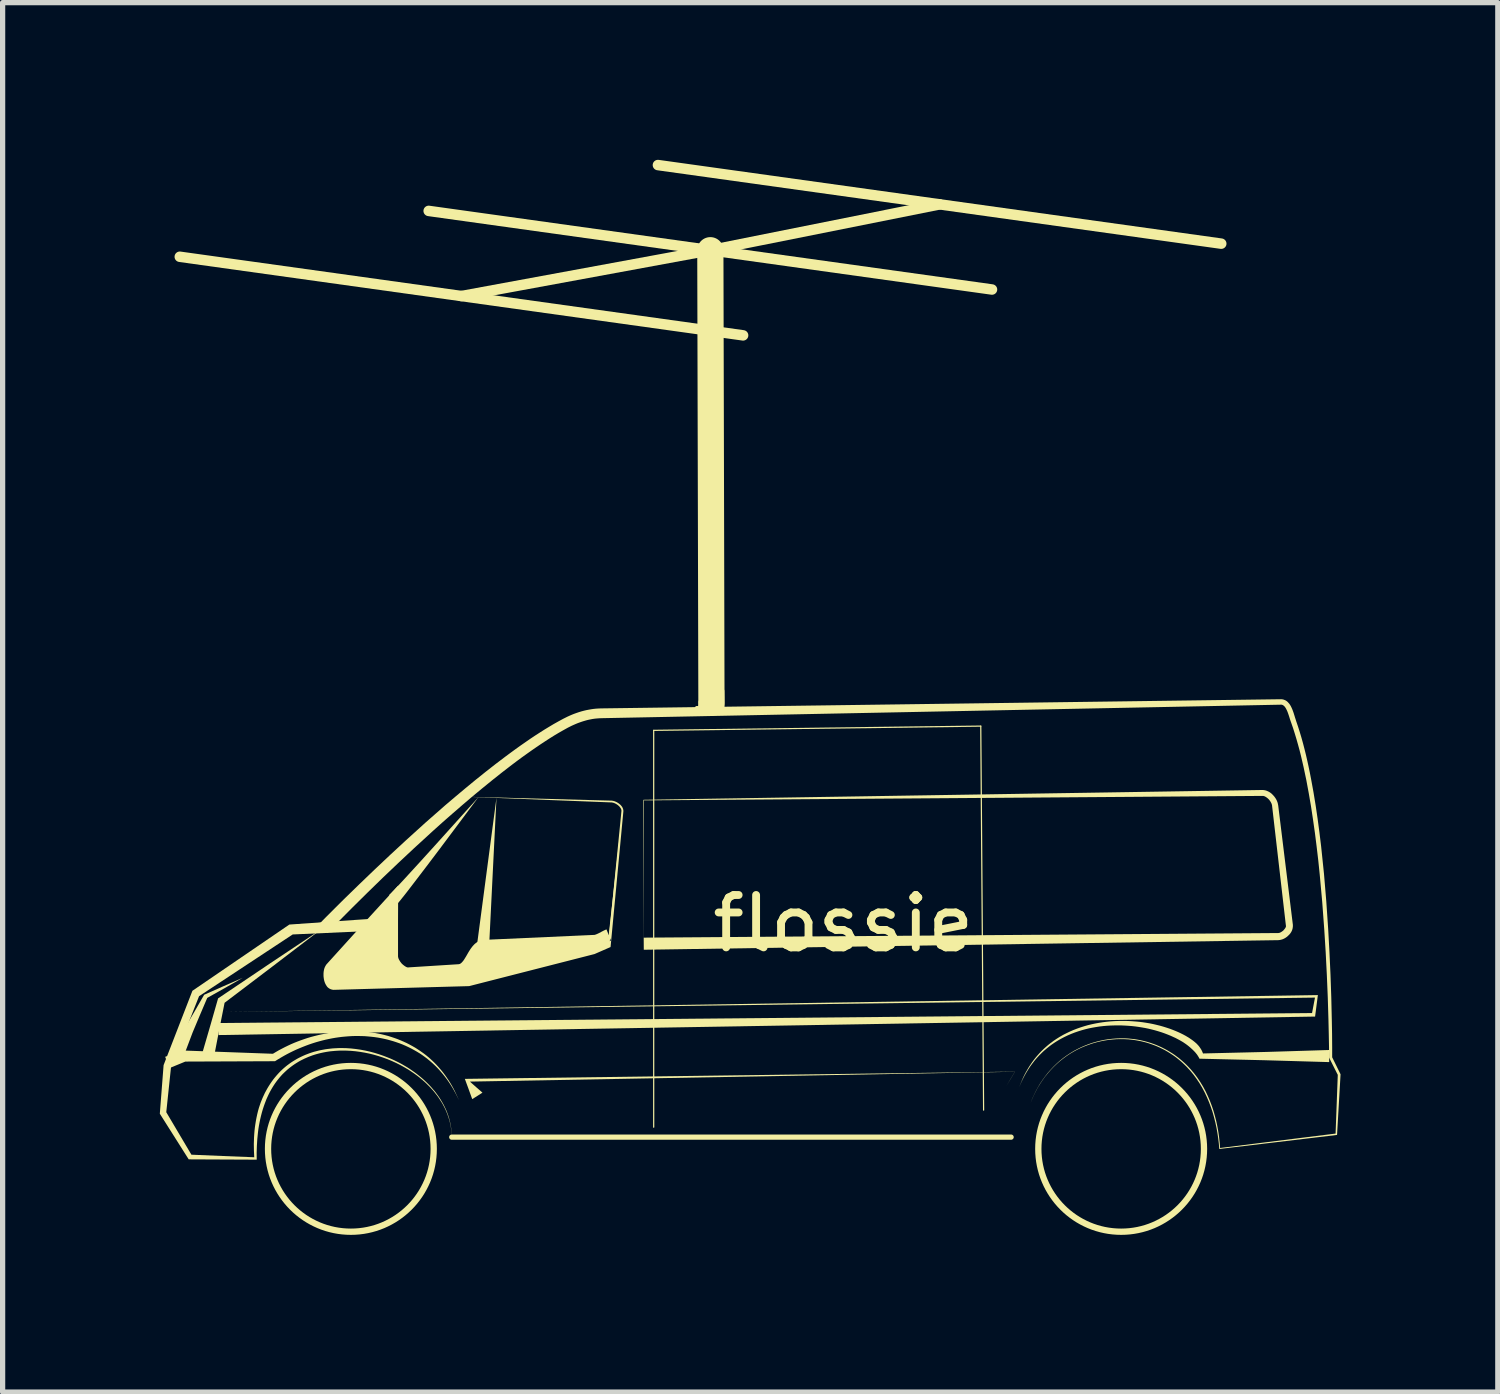
<source format=kicad_pcb>
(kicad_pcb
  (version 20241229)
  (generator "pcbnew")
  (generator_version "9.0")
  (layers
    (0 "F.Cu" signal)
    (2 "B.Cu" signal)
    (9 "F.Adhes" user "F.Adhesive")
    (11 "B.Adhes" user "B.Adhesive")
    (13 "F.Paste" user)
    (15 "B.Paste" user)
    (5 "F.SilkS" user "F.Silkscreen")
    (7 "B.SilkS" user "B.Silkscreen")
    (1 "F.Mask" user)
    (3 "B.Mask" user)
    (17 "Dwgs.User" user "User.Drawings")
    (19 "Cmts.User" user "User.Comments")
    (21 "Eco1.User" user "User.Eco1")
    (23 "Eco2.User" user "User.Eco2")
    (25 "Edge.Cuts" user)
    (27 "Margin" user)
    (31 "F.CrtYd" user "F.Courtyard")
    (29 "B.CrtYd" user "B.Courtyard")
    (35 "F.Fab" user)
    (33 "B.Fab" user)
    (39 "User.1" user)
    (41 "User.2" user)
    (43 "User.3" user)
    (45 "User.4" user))
  (footprint "flossie"
    (layer "F.Cu")
    (at 13.046 15.075)
    (property "Reference" "flossie" (at 0 -0.5 0) (unlocked yes) (layer "F.SilkS") (effects (font (size 1 1) (thickness 0.15))))
    (fp_line (start -7.475 3.576) (end 3.2 3.576) (stroke (width 0.1) (type default)) (layer "F.SilkS"))
    (fp_line (start -3.621 -4.187) (end 2.621 -4.268) (stroke (width 0.023) (type solid)) (layer "F.SilkS"))
    (fp_line (start -3.621 3.386) (end -3.621 -4.187) (stroke (width 0.023) (type solid)) (layer "F.SilkS"))
    (fp_line (start -2.79 -4.6) (end -2.04 -4.55) (stroke (width 0.1) (type default)) (layer "F.SilkS"))
    (fp_line (start -2.708 -4.651) (end -2.707 -4.727) (stroke (width 0.12) (type default)) (layer "F.SilkS"))
    (fp_line (start -2.69 -4.6) (end -2.79 -4.6) (stroke (width 0.1) (type default)) (layer "F.SilkS"))
    (fp_line (start -2.54 -13.35) (end -7.29 -12.475) (stroke (width 0.2) (type default)) (layer "F.SilkS"))
    (fp_line (start -2.54 -13.35) (end 1.835 -14.225) (stroke (width 0.2) (type default)) (layer "F.SilkS"))
    (fp_line (start -2.519 -4.717) (end -2.54 -13.35) (stroke (width 0.5) (type default)) (layer "F.SilkS"))
    (fp_line (start -2.333 -4.94) (end -2.328 -4.567) (stroke (width 0.12) (type default)) (layer "F.SilkS"))
    (fp_line (start -2.328 -4.567) (end -2.708 -4.651) (stroke (width 0.12) (type default)) (layer "F.SilkS"))
    (fp_line (start -1.915 -11.725) (end -12.665 -13.225) (stroke (width 0.2) (type default)) (layer "F.SilkS"))
    (fp_line (start 2.621 -4.268) (end 2.675 3.06) (stroke (width 0.023) (type solid)) (layer "F.SilkS"))
    (fp_line (start 2.835 -12.6) (end -7.915 -14.1) (stroke (width 0.2) (type default)) (layer "F.SilkS"))
    (fp_line (start 7.21 -13.475) (end -3.54 -14.975) (stroke (width 0.2) (type default)) (layer "F.SilkS"))
    (fp_circle (center -9.4 3.8) (end -7.819 3.8) (stroke (width 0.12) (type default)) (fill no) (layer "F.SilkS"))
    (fp_circle (center 5.3 3.8) (end 6.881 3.8) (stroke (width 0.12) (type default)) (fill no) (layer "F.SilkS"))
    (fp_poly (pts (xy -12.228 1.947) (xy -12.228 1.947) (xy -12.228 1.947)) (stroke (width 0) (type solid)) (fill yes) (layer "F.SilkS"))
    (fp_poly (pts (xy -9.041 -0.358) (xy -9.041 -0.358) (xy -9.041 -0.358)) (stroke (width 0) (type solid)) (fill yes) (layer "F.SilkS"))
    (fp_poly (pts (xy -6.761 -0.086) (xy -6.991 -0.107) (xy -6.621 -2.903)) (stroke (width 0) (type solid)) (fill yes) (layer "F.SilkS"))
    (fp_poly (pts (xy -3.811 -0.12) (xy -3.813 -0.231) (xy -3.812 -0.231)) (stroke (width 0) (type solid)) (fill yes) (layer "F.SilkS"))
    (fp_poly (pts (xy -3.811 -0.119) (xy -3.811 -0.115) (xy -3.811 -0.12)) (stroke (width 0) (type solid)) (fill yes) (layer "F.SilkS"))
    (fp_poly (pts (xy -12.819 1.982) (xy -12.819 1.982) (xy -12.819 1.982) (xy -12.819 1.982)) (stroke (width 0) (type solid)) (fill yes) (layer "F.SilkS"))
    (fp_poly (pts (xy -3.813 -0.231) (xy -3.813 -0.231) (xy -3.813 -0.231) (xy -3.813 -0.231) (xy -3.813 -0.231)) (stroke (width 0) (type solid)) (fill yes) (layer "F.SilkS"))
    (fp_poly (pts (xy -12.819 1.982) (xy -12.819 1.982) (xy -12.819 1.982) (xy -12.819 1.982) (xy -12.819 1.982) (xy -12.819 1.982) (xy -12.819 1.982) (xy -12.819 1.982)) (stroke (width 0) (type solid)) (fill yes) (layer "F.SilkS"))
    (fp_poly (pts (xy -10.895 0.318) (xy -11.81 1.012) (xy -11.909 1.509) (xy -12.004 2.002) (xy -12.228 1.947) (xy -12.079 1.435) (xy -11.934 0.928) (xy -10.949 0.265) (xy -9.972 -0.387)) (stroke (width 0) (type solid)) (fill yes) (layer "F.SilkS"))
    (fp_poly (pts (xy 9.27 2.144) (xy 9.27 2.144) (xy 9.27 2.144) (xy 9.27 2.144) (xy 9.27 2.144) (xy 9.27 2.144) (xy 9.27 2.144) (xy 9.27 2.144) (xy 9.27 2.144)) (stroke (width 0) (type solid)) (fill yes) (layer "F.SilkS"))
    (fp_poly (pts (xy -11.805 0.73) (xy -12.141 0.919) (xy -12.282 1.25) (xy -12.419 1.576) (xy -12.608 2.076) (xy -12.819 1.982) (xy -12.573 1.503) (xy -12.384 1.179) (xy -12.2 0.859) (xy -11.83 0.695) (xy -11.465 0.536)) (stroke (width 0) (type solid)) (fill yes) (layer "F.SilkS"))
    (fp_poly (pts (xy -8.671 -1.045) (xy -8.671 -1.045) (xy -8.671 -1.045) (xy -8.671 -1.045) (xy -8.671 -1.045) (xy -8.671 -1.045) (xy -8.671 -1.045) (xy -8.671 -1.044) (xy -8.672 -1.043) (xy -8.673 -1.042) (xy -8.674 -1.041) (xy -8.671 -1.045)) (stroke (width 0) (type solid)) (fill yes) (layer "F.SilkS"))
    (fp_poly (pts (xy 9.054 0.865) (xy 9.001 1.275) (xy 9.001 1.275) (xy -11.925 1.628) (xy -11.928 1.398) (xy -11.928 1.398) (xy -11.928 1.398) (xy -11.927 1.398) (xy 8.943 1.208) (xy 8.999 0.913) (xy -11.845 1.187) (xy 9.054 0.865)) (stroke (width 0) (type solid)) (fill yes) (layer "F.SilkS"))
    (fp_poly (pts (xy 3.192 2.463) (xy 3.11 2.599) (xy 3.19 2.463) (xy 3.271 2.328) (xy -7.129 2.516) (xy -7.129 2.516) (xy -7.069 2.569) (xy -7.009 2.622) (xy -6.949 2.674) (xy -6.889 2.727) (xy -7.084 2.851) (xy -7.084 2.851) (xy -7.084 2.851) (xy -7.084 2.851) (xy -7.084 2.851) (xy -7.084 2.851) (xy -7.084 2.851) (xy -7.084 2.851) (xy -7.084 2.851) (xy -7.084 2.851) (xy -7.084 2.851) (xy -7.084 2.851) (xy -7.154 2.657) (xy -7.225 2.464) (xy -7.225 2.464) (xy 3.274 2.326)) (stroke (width 0) (type solid)) (fill yes) (layer "F.SilkS"))
    (fp_poly (pts (xy -7.707 -1.921) (xy -7.971 -1.572) (xy -8.236 -1.225) (xy -8.329 -1.104) (xy -8.376 -1.044) (xy -8.424 -0.984) (xy -8.439 -0.965) (xy -8.454 -0.946) (xy -8.47 -0.927) (xy -8.486 -0.908) (xy -8.491 -0.902) (xy -8.496 -0.896) (xy -8.502 -0.889) (xy -8.508 -0.883) (xy -8.51 -0.881) (xy -8.512 -0.879) (xy -8.514 -0.877) (xy -8.517 -0.874) (xy -8.52 -0.871) (xy -8.524 -0.867) (xy -8.528 -0.864) (xy -8.533 -0.86) (xy -8.671 -1.044) (xy -8.67 -1.045) (xy -8.668 -1.047) (xy -8.666 -1.049) (xy -8.662 -1.053) (xy -8.657 -1.057) (xy -8.652 -1.062) (xy -8.636 -1.078) (xy -8.62 -1.094) (xy -8.604 -1.111) (xy -8.588 -1.127) (xy -8.588 -1.127) (xy -8.536 -1.182) (xy -8.484 -1.237) (xy -8.381 -1.348) (xy -8.087 -1.669) (xy -7.794 -1.992) (xy -6.966 -2.911)) (stroke (width 0) (type solid)) (fill yes) (layer "F.SilkS"))
    (fp_poly (pts (xy -4.218 -2.64) (xy -4.218 -2.64) (xy -4.467 -0.07) (xy -4.761 0.047) (xy -7.149 0.645) (xy -9.728 0.699) (xy -9.739 0.698) (xy -9.751 0.696) (xy -9.761 0.692) (xy -9.772 0.687) (xy -9.781 0.681) (xy -9.79 0.673) (xy -9.799 0.664) (xy -9.807 0.654) (xy -9.814 0.644) (xy -9.821 0.632) (xy -9.827 0.619) (xy -9.832 0.606) (xy -9.842 0.577) (xy -9.848 0.547) (xy -9.853 0.515) (xy -9.854 0.483) (xy -9.854 0.451) (xy -9.85 0.42) (xy -9.844 0.391) (xy -9.84 0.377) (xy -9.835 0.364) (xy -9.83 0.351) (xy -9.823 0.34) (xy -9.817 0.329) (xy -9.809 0.319) (xy -8.506 -1.201) (xy -8.588 0.102) (xy -8.588 0.116) (xy -8.587 0.13) (xy -8.586 0.144) (xy -8.584 0.158) (xy -8.58 0.173) (xy -8.576 0.187) (xy -8.571 0.201) (xy -8.566 0.216) (xy -8.559 0.23) (xy -8.552 0.244) (xy -8.545 0.258) (xy -8.536 0.271) (xy -8.527 0.285) (xy -8.518 0.298) (xy -8.508 0.31) (xy -8.497 0.323) (xy -8.486 0.334) (xy -8.475 0.346) (xy -8.463 0.356) (xy -8.451 0.367) (xy -8.439 0.376) (xy -8.426 0.385) (xy -8.413 0.393) (xy -8.4 0.4) (xy -8.386 0.407) (xy -8.373 0.413) (xy -8.359 0.418) (xy -8.345 0.422) (xy -8.331 0.425) (xy -8.317 0.426) (xy -8.304 0.427) (xy -8.29 0.427) (xy -7.339 0.373) (xy -7.319 0.371) (xy -7.3 0.366) (xy -7.281 0.359) (xy -7.263 0.35) (xy -7.247 0.339) (xy -7.231 0.326) (xy -7.215 0.312) (xy -7.2 0.297) (xy -7.186 0.28) (xy -7.172 0.262) (xy -7.146 0.224) (xy -7.12 0.183) (xy -7.095 0.141) (xy -7.07 0.099) (xy -7.045 0.058) (xy -7.018 0.02) (xy -7.005 0.002) (xy -6.99 -0.015) (xy -6.976 -0.03) (xy -6.96 -0.044) (xy -6.944 -0.056) (xy -6.927 -0.067) (xy -6.909 -0.076) (xy -6.891 -0.082) (xy -6.871 -0.087) (xy -6.851 -0.089) (xy -4.761 -0.17) (xy -4.751 -0.17) (xy -4.742 -0.171) (xy -4.724 -0.174) (xy -4.705 -0.178) (xy -4.687 -0.184) (xy -4.67 -0.19) (xy -4.652 -0.197) (xy -4.635 -0.205) (xy -4.617 -0.213) (xy -4.583 -0.231) (xy -4.549 -0.249) (xy -4.514 -0.267) (xy -4.497 -0.275) (xy -4.479 -0.282) (xy -4.218 -2.64)) (stroke (width 0) (type solid)) (fill yes) (layer "F.SilkS"))
    (fp_poly (pts (xy -9.324 1.553) (xy -9.259 1.555) (xy -9.194 1.558) (xy -9.129 1.564) (xy -9.065 1.57) (xy -9.001 1.579) (xy -8.937 1.589) (xy -8.873 1.601) (xy -8.811 1.614) (xy -8.75 1.629) (xy -8.689 1.645) (xy -8.629 1.664) (xy -8.569 1.684) (xy -8.51 1.705) (xy -8.451 1.729) (xy -8.393 1.754) (xy -8.336 1.78) (xy -8.28 1.809) (xy -8.225 1.839) (xy -8.171 1.87) (xy -8.118 1.904) (xy -8.066 1.939) (xy -8.015 1.975) (xy -7.965 2.013) (xy -7.913 2.056) (xy -7.863 2.101) (xy -7.814 2.147) (xy -7.767 2.195) (xy -7.722 2.245) (xy -7.678 2.296) (xy -7.636 2.348) (xy -7.596 2.402) (xy -7.558 2.457) (xy -7.521 2.513) (xy -7.486 2.57) (xy -7.453 2.628) (xy -7.422 2.687) (xy -7.393 2.748) (xy -7.365 2.808) (xy -7.339 2.87) (xy -7.367 2.809) (xy -7.397 2.75) (xy -7.429 2.691) (xy -7.462 2.633) (xy -7.497 2.577) (xy -7.534 2.521) (xy -7.572 2.467) (xy -7.612 2.414) (xy -7.654 2.362) (xy -7.697 2.312) (xy -7.742 2.263) (xy -7.788 2.216) (xy -7.836 2.171) (xy -7.886 2.127) (xy -7.937 2.085) (xy -7.989 2.045) (xy -8.039 2.009) (xy -8.09 1.975) (xy -8.143 1.943) (xy -8.196 1.913) (xy -8.25 1.884) (xy -8.304 1.857) (xy -8.36 1.831) (xy -8.416 1.807) (xy -8.473 1.785) (xy -8.531 1.765) (xy -8.589 1.746) (xy -8.648 1.729) (xy -8.707 1.713) (xy -8.767 1.699) (xy -8.826 1.687) (xy -8.887 1.676) (xy -8.949 1.667) (xy -9.011 1.66) (xy -9.073 1.654) (xy -9.136 1.649) (xy -9.198 1.647) (xy -9.261 1.646) (xy -9.324 1.646) (xy -9.386 1.648) (xy -9.449 1.652) (xy -9.511 1.657) (xy -9.574 1.663) (xy -9.636 1.671) (xy -9.698 1.68) (xy -9.76 1.691) (xy -9.821 1.703) (xy -9.882 1.716) (xy -9.946 1.732) (xy -10.01 1.749) (xy -10.073 1.767) (xy -10.136 1.787) (xy -10.198 1.808) (xy -10.26 1.831) (xy -10.321 1.855) (xy -10.382 1.88) (xy -10.443 1.906) (xy -10.503 1.934) (xy -10.562 1.963) (xy -10.62 1.993) (xy -10.678 2.025) (xy -10.735 2.058) (xy -10.792 2.092) (xy -10.848 2.127) (xy -10.848 2.127) (xy -12.559 2.134) (xy -12.863 2.259) (xy -12.944 2.043) (xy -12.944 2.043) (xy -12.596 1.923) (xy -10.888 1.985) (xy -10.831 1.951) (xy -10.774 1.918) (xy -10.715 1.887) (xy -10.657 1.857) (xy -10.597 1.828) (xy -10.537 1.8) (xy -10.476 1.774) (xy -10.415 1.75) (xy -10.353 1.727) (xy -10.29 1.705) (xy -10.227 1.684) (xy -10.164 1.665) (xy -10.1 1.648) (xy -10.036 1.632) (xy -9.971 1.617) (xy -9.906 1.604) (xy -9.842 1.592) (xy -9.778 1.582) (xy -9.713 1.574) (xy -9.648 1.566) (xy -9.584 1.561) (xy -9.519 1.556) (xy -9.454 1.554) (xy -9.389 1.552)) (stroke (width 0) (type solid)) (fill yes) (layer "F.SilkS"))
    (fp_poly (pts (xy 8.01 -3.048) (xy 8.025 -3.047) (xy 8.04 -3.044) (xy 8.054 -3.041) (xy 8.068 -3.037) (xy 8.082 -3.032) (xy 8.095 -3.026) (xy 8.108 -3.02) (xy 8.121 -3.014) (xy 8.133 -3.006) (xy 8.145 -2.999) (xy 8.156 -2.99) (xy 8.167 -2.982) (xy 8.177 -2.973) (xy 8.187 -2.963) (xy 8.196 -2.953) (xy 8.206 -2.943) (xy 8.215 -2.933) (xy 8.224 -2.922) (xy 8.232 -2.911) (xy 8.24 -2.9) (xy 8.248 -2.888) (xy 8.255 -2.876) (xy 8.262 -2.864) (xy 8.268 -2.851) (xy 8.274 -2.838) (xy 8.279 -2.825) (xy 8.284 -2.812) (xy 8.288 -2.798) (xy 8.291 -2.784) (xy 8.294 -2.769) (xy 8.297 -2.755) (xy 8.577 -0.476) (xy 8.577 -0.476) (xy 8.577 -0.468) (xy 8.577 -0.46) (xy 8.577 -0.452) (xy 8.577 -0.445) (xy 8.576 -0.437) (xy 8.575 -0.429) (xy 8.573 -0.414) (xy 8.57 -0.4) (xy 8.566 -0.386) (xy 8.561 -0.372) (xy 8.556 -0.359) (xy 8.549 -0.346) (xy 8.543 -0.334) (xy 8.535 -0.323) (xy 8.528 -0.312) (xy 8.519 -0.301) (xy 8.51 -0.291) (xy 8.501 -0.282) (xy 8.492 -0.273) (xy 8.492 -0.273) (xy 8.482 -0.264) (xy 8.473 -0.255) (xy 8.463 -0.247) (xy 8.452 -0.239) (xy 8.441 -0.231) (xy 8.429 -0.224) (xy 8.418 -0.217) (xy 8.405 -0.211) (xy 8.393 -0.205) (xy 8.38 -0.2) (xy 8.366 -0.195) (xy 8.352 -0.192) (xy 8.338 -0.188) (xy 8.324 -0.186) (xy 8.309 -0.184) (xy 8.294 -0.183) (xy -3.81 0) (xy -3.811 -0.119) (xy -3.811 -0.231) (xy 8.293 -0.319) (xy 8.296 -0.319) (xy 8.299 -0.319) (xy 8.305 -0.32) (xy 8.312 -0.321) (xy 8.318 -0.322) (xy 8.325 -0.324) (xy 8.331 -0.327) (xy 8.338 -0.33) (xy 8.345 -0.333) (xy 8.351 -0.337) (xy 8.358 -0.341) (xy 8.365 -0.345) (xy 8.372 -0.35) (xy 8.378 -0.355) (xy 8.385 -0.36) (xy 8.391 -0.365) (xy 8.398 -0.371) (xy 8.408 -0.383) (xy 8.413 -0.389) (xy 8.418 -0.395) (xy 8.423 -0.401) (xy 8.427 -0.407) (xy 8.431 -0.413) (xy 8.434 -0.419) (xy 8.438 -0.424) (xy 8.44 -0.43) (xy 8.442 -0.435) (xy 8.443 -0.438) (xy 8.444 -0.441) (xy 8.445 -0.443) (xy 8.445 -0.446) (xy 8.445 -0.448) (xy 8.445 -0.451) (xy 8.445 -0.453) (xy 8.445 -0.456) (xy 8.445 -0.458) (xy 8.444 -0.46) (xy 8.181 -2.741) (xy 8.181 -2.741) (xy 8.18 -2.75) (xy 8.179 -2.759) (xy 8.177 -2.767) (xy 8.174 -2.776) (xy 8.171 -2.785) (xy 8.168 -2.793) (xy 8.164 -2.802) (xy 8.159 -2.81) (xy 8.155 -2.819) (xy 8.15 -2.827) (xy 8.144 -2.835) (xy 8.139 -2.843) (xy 8.133 -2.851) (xy 8.127 -2.859) (xy 8.12 -2.866) (xy 8.114 -2.874) (xy 8.107 -2.88) (xy 8.1 -2.887) (xy 8.092 -2.893) (xy 8.085 -2.899) (xy 8.078 -2.904) (xy 8.07 -2.91) (xy 8.063 -2.915) (xy 8.055 -2.919) (xy 8.048 -2.923) (xy 8.04 -2.927) (xy 8.033 -2.93) (xy 8.025 -2.932) (xy 8.018 -2.934) (xy 8.014 -2.935) (xy 8.01 -2.935) (xy 8.006 -2.936) (xy 8.003 -2.936) (xy 7.999 -2.936) (xy 7.995 -2.936) (xy -3.806 -2.851) (xy -3.806 -2.851) (xy -3.811 -0.231) (xy -3.812 -0.231) (xy -3.817 -2.862) (xy -3.817 -2.862) (xy 7.994 -3.049)) (stroke (width 0) (type solid)) (fill yes) (layer "F.SilkS"))
    (fp_poly (pts (xy 5.376 1.358) (xy 5.442 1.36) (xy 5.509 1.364) (xy 5.576 1.369) (xy 5.642 1.375) (xy 5.708 1.383) (xy 5.774 1.393) (xy 5.84 1.404) (xy 5.906 1.417) (xy 5.971 1.432) (xy 6.036 1.448) (xy 6.1 1.466) (xy 6.164 1.486) (xy 6.228 1.507) (xy 6.291 1.531) (xy 6.341 1.551) (xy 6.39 1.572) (xy 6.439 1.595) (xy 6.487 1.619) (xy 6.535 1.645) (xy 6.558 1.659) (xy 6.582 1.673) (xy 6.605 1.688) (xy 6.627 1.703) (xy 6.65 1.719) (xy 6.672 1.735) (xy 6.687 1.747) (xy 6.701 1.758) (xy 6.716 1.771) (xy 6.73 1.783) (xy 6.744 1.796) (xy 6.757 1.81) (xy 6.77 1.824) (xy 6.783 1.839) (xy 6.795 1.855) (xy 6.806 1.871) (xy 6.817 1.887) (xy 6.828 1.904) (xy 6.837 1.922) (xy 6.846 1.94) (xy 6.854 1.959) (xy 6.862 1.979) (xy 8.071 1.95) (xy 9.27 1.913) (xy 9.27 2.144) (xy 8.027 2.108) (xy 6.794 2.079) (xy 6.786 2.062) (xy 6.777 2.046) (xy 6.767 2.03) (xy 6.757 2.014) (xy 6.746 1.998) (xy 6.734 1.983) (xy 6.722 1.968) (xy 6.709 1.953) (xy 6.695 1.938) (xy 6.681 1.924) (xy 6.667 1.91) (xy 6.652 1.896) (xy 6.636 1.882) (xy 6.621 1.868) (xy 6.589 1.841) (xy 6.57 1.826) (xy 6.55 1.811) (xy 6.531 1.797) (xy 6.51 1.783) (xy 6.49 1.769) (xy 6.469 1.756) (xy 6.426 1.731) (xy 6.382 1.707) (xy 6.338 1.684) (xy 6.292 1.663) (xy 6.246 1.642) (xy 6.187 1.618) (xy 6.127 1.595) (xy 6.067 1.574) (xy 6.006 1.555) (xy 5.944 1.537) (xy 5.882 1.521) (xy 5.82 1.506) (xy 5.757 1.493) (xy 5.693 1.482) (xy 5.63 1.472) (xy 5.566 1.463) (xy 5.502 1.456) (xy 5.437 1.451) (xy 5.373 1.447) (xy 5.308 1.444) (xy 5.244 1.443) (xy 5.173 1.444) (xy 5.102 1.446) (xy 5.032 1.45) (xy 4.961 1.456) (xy 4.891 1.464) (xy 4.82 1.475) (xy 4.751 1.487) (xy 4.681 1.501) (xy 4.612 1.518) (xy 4.544 1.537) (xy 4.477 1.558) (xy 4.41 1.581) (xy 4.344 1.607) (xy 4.279 1.635) (xy 4.216 1.665) (xy 4.153 1.698) (xy 4.121 1.716) (xy 4.089 1.735) (xy 4.058 1.754) (xy 4.027 1.774) (xy 3.996 1.795) (xy 3.966 1.816) (xy 3.937 1.838) (xy 3.908 1.861) (xy 3.879 1.884) (xy 3.851 1.908) (xy 3.823 1.932) (xy 3.796 1.957) (xy 3.77 1.983) (xy 3.743 2.009) (xy 3.718 2.036) (xy 3.693 2.063) (xy 3.666 2.094) (xy 3.64 2.126) (xy 3.615 2.159) (xy 3.59 2.192) (xy 3.566 2.225) (xy 3.543 2.259) (xy 3.521 2.294) (xy 3.499 2.329) (xy 3.478 2.365) (xy 3.458 2.401) (xy 3.439 2.437) (xy 3.42 2.474) (xy 3.402 2.512) (xy 3.385 2.549) (xy 3.369 2.587) (xy 3.354 2.626) (xy 3.368 2.587) (xy 3.383 2.548) (xy 3.399 2.51) (xy 3.415 2.472) (xy 3.432 2.434) (xy 3.45 2.397) (xy 3.469 2.36) (xy 3.489 2.323) (xy 3.51 2.287) (xy 3.531 2.251) (xy 3.553 2.216) (xy 3.576 2.182) (xy 3.6 2.147) (xy 3.624 2.114) (xy 3.649 2.081) (xy 3.676 2.048) (xy 3.7 2.02) (xy 3.725 1.992) (xy 3.75 1.964) (xy 3.776 1.937) (xy 3.803 1.911) (xy 3.83 1.885) (xy 3.858 1.86) (xy 3.886 1.835) (xy 3.915 1.811) (xy 3.945 1.787) (xy 3.975 1.765) (xy 4.005 1.742) (xy 4.036 1.721) (xy 4.067 1.7) (xy 4.099 1.68) (xy 4.131 1.66) (xy 4.194 1.624) (xy 4.259 1.591) (xy 4.324 1.56) (xy 4.391 1.531) (xy 4.458 1.505) (xy 4.527 1.481) (xy 4.596 1.459) (xy 4.666 1.439) (xy 4.737 1.422) (xy 4.808 1.407) (xy 4.88 1.394) (xy 4.952 1.383) (xy 5.025 1.374) (xy 5.097 1.367) (xy 5.17 1.362) (xy 5.243 1.359) (xy 5.309 1.358)) (stroke (width 0) (type solid)) (fill yes) (layer "F.SilkS"))
    (fp_poly (pts (xy -9.041 -0.358) (xy -10.51 -0.292) (xy -12.297 0.886) (xy -12.832 2.236) (xy -12.923 3.1) (xy -12.443 3.911) (xy -11.846 3.936) (xy -11.244 3.96) (xy -11.25 3.834) (xy -11.252 3.707) (xy -11.25 3.644) (xy -11.248 3.581) (xy -11.244 3.518) (xy -11.239 3.455) (xy -11.232 3.392) (xy -11.223 3.329) (xy -11.213 3.267) (xy -11.201 3.204) (xy -11.188 3.143) (xy -11.173 3.081) (xy -11.156 3.02) (xy -11.136 2.96) (xy -11.12 2.913) (xy -11.101 2.866) (xy -11.082 2.82) (xy -11.061 2.775) (xy -11.04 2.73) (xy -11.016 2.686) (xy -10.992 2.643) (xy -10.966 2.6) (xy -10.939 2.558) (xy -10.911 2.517) (xy -10.882 2.477) (xy -10.851 2.438) (xy -10.819 2.4) (xy -10.786 2.363) (xy -10.752 2.327) (xy -10.716 2.292) (xy -10.683 2.262) (xy -10.649 2.233) (xy -10.614 2.205) (xy -10.579 2.179) (xy -10.543 2.153) (xy -10.506 2.129) (xy -10.468 2.106) (xy -10.429 2.083) (xy -10.39 2.062) (xy -10.351 2.043) (xy -10.311 2.024) (xy -10.27 2.006) (xy -10.229 1.99) (xy -10.187 1.974) (xy -10.145 1.96) (xy -10.103 1.947) (xy -10.06 1.936) (xy -10.017 1.925) (xy -9.973 1.915) (xy -9.929 1.907) (xy -9.885 1.899) (xy -9.841 1.893) (xy -9.797 1.888) (xy -9.753 1.883) (xy -9.708 1.88) (xy -9.664 1.878) (xy -9.619 1.876) (xy -9.575 1.876) (xy -9.486 1.878) (xy -9.397 1.884) (xy -9.306 1.894) (xy -9.216 1.907) (xy -9.126 1.924) (xy -9.037 1.944) (xy -8.948 1.968) (xy -8.861 1.995) (xy -8.775 2.025) (xy -8.69 2.058) (xy -8.69 2.058) (xy -8.648 2.075) (xy -8.607 2.093) (xy -8.566 2.112) (xy -8.525 2.132) (xy -8.485 2.152) (xy -8.445 2.173) (xy -8.406 2.195) (xy -8.367 2.218) (xy -8.328 2.241) (xy -8.29 2.265) (xy -8.253 2.29) (xy -8.216 2.316) (xy -8.179 2.342) (xy -8.143 2.369) (xy -8.108 2.397) (xy -8.073 2.425) (xy -8.04 2.453) (xy -8.008 2.481) (xy -7.977 2.51) (xy -7.946 2.54) (xy -7.916 2.57) (xy -7.886 2.601) (xy -7.858 2.632) (xy -7.83 2.665) (xy -7.802 2.697) (xy -7.776 2.731) (xy -7.751 2.765) (xy -7.726 2.8) (xy -7.702 2.835) (xy -7.68 2.871) (xy -7.658 2.908) (xy -7.637 2.945) (xy -7.618 2.982) (xy -7.6 3.019) (xy -7.583 3.056) (xy -7.567 3.094) (xy -7.553 3.133) (xy -7.539 3.172) (xy -7.527 3.211) (xy -7.516 3.251) (xy -7.507 3.291) (xy -7.498 3.331) (xy -7.491 3.371) (xy -7.485 3.412) (xy -7.48 3.453) (xy -7.477 3.494) (xy -7.476 3.535) (xy -7.475 3.576) (xy -7.476 3.535) (xy -7.479 3.494) (xy -7.482 3.453) (xy -7.488 3.412) (xy -7.494 3.372) (xy -7.502 3.332) (xy -7.511 3.292) (xy -7.521 3.252) (xy -7.533 3.213) (xy -7.546 3.174) (xy -7.56 3.135) (xy -7.575 3.097) (xy -7.591 3.06) (xy -7.608 3.023) (xy -7.627 2.986) (xy -7.646 2.95) (xy -7.667 2.914) (xy -7.69 2.878) (xy -7.713 2.842) (xy -7.737 2.807) (xy -7.762 2.773) (xy -7.788 2.74) (xy -7.814 2.707) (xy -7.842 2.675) (xy -7.87 2.644) (xy -7.899 2.613) (xy -7.929 2.583) (xy -7.959 2.553) (xy -7.99 2.524) (xy -8.022 2.496) (xy -8.054 2.469) (xy -8.086 2.442) (xy -8.121 2.414) (xy -8.157 2.387) (xy -8.193 2.361) (xy -8.23 2.336) (xy -8.267 2.311) (xy -8.304 2.287) (xy -8.381 2.242) (xy -8.459 2.199) (xy -8.539 2.159) (xy -8.62 2.122) (xy -8.702 2.088) (xy -8.702 2.088) (xy -8.787 2.057) (xy -8.872 2.029) (xy -8.958 2.004) (xy -9.046 1.982) (xy -9.134 1.964) (xy -9.222 1.949) (xy -9.311 1.937) (xy -9.4 1.929) (xy -9.4 1.929) (xy -9.487 1.925) (xy -9.574 1.924) (xy -9.618 1.925) (xy -9.661 1.927) (xy -9.705 1.93) (xy -9.748 1.934) (xy -9.791 1.938) (xy -9.834 1.944) (xy -9.877 1.951) (xy -9.919 1.959) (xy -9.962 1.968) (xy -10.004 1.978) (xy -10.046 1.989) (xy -10.087 2.001) (xy -10.128 2.014) (xy -10.168 2.029) (xy -10.208 2.044) (xy -10.247 2.061) (xy -10.286 2.078) (xy -10.324 2.097) (xy -10.362 2.116) (xy -10.399 2.137) (xy -10.435 2.159) (xy -10.471 2.182) (xy -10.506 2.206) (xy -10.54 2.231) (xy -10.574 2.257) (xy -10.607 2.284) (xy -10.638 2.312) (xy -10.669 2.341) (xy -10.703 2.374) (xy -10.735 2.409) (xy -10.766 2.445) (xy -10.796 2.482) (xy -10.825 2.52) (xy -10.852 2.558) (xy -10.878 2.598) (xy -10.903 2.638) (xy -10.927 2.68) (xy -10.95 2.722) (xy -10.971 2.764) (xy -10.991 2.807) (xy -11.011 2.851) (xy -11.028 2.895) (xy -11.045 2.94) (xy -11.061 2.985) (xy -11.081 3.046) (xy -11.099 3.108) (xy -11.115 3.17) (xy -11.13 3.233) (xy -11.143 3.296) (xy -11.155 3.359) (xy -11.165 3.423) (xy -11.173 3.487) (xy -11.186 3.616) (xy -11.194 3.746) (xy -11.198 3.876) (xy -11.197 4.006) (xy -12.495 4) (xy -13.046 3.129) (xy -12.974 2.202) (xy -12.424 0.783) (xy -10.574 -0.481) (xy -9.054 -0.588)) (stroke (width 0) (type solid)) (fill yes) (layer "F.SilkS"))
    (fp_poly (pts (xy 8.356 -4.781) (xy 8.366 -4.78) (xy 8.375 -4.779) (xy 8.384 -4.778) (xy 8.393 -4.776) (xy 8.401 -4.773) (xy 8.41 -4.77) (xy 8.418 -4.767) (xy 8.427 -4.764) (xy 8.435 -4.76) (xy 8.442 -4.755) (xy 8.45 -4.751) (xy 8.457 -4.746) (xy 8.464 -4.74) (xy 8.471 -4.735) (xy 8.478 -4.729) (xy 8.484 -4.722) (xy 8.49 -4.715) (xy 8.496 -4.709) (xy 8.502 -4.702) (xy 8.508 -4.695) (xy 8.513 -4.688) (xy 8.518 -4.681) (xy 8.523 -4.673) (xy 8.527 -4.666) (xy 8.532 -4.659) (xy 8.536 -4.652) (xy 8.54 -4.644) (xy 8.547 -4.63) (xy 8.554 -4.615) (xy 8.561 -4.599) (xy 8.568 -4.583) (xy 8.58 -4.551) (xy 8.591 -4.52) (xy 8.601 -4.488) (xy 8.62 -4.426) (xy 8.63 -4.396) (xy 8.639 -4.366) (xy 8.675 -4.26) (xy 8.709 -4.153) (xy 8.741 -4.046) (xy 8.771 -3.938) (xy 8.799 -3.83) (xy 8.826 -3.721) (xy 8.851 -3.612) (xy 8.875 -3.503) (xy 8.901 -3.378) (xy 8.925 -3.254) (xy 8.971 -3.003) (xy 9.012 -2.752) (xy 9.049 -2.501) (xy 9.084 -2.238) (xy 9.116 -1.975) (xy 9.171 -1.447) (xy 9.215 -0.919) (xy 9.251 -0.39) (xy 9.275 0.042) (xy 9.295 0.474) (xy 9.31 0.906) (xy 9.32 1.339) (xy 9.325 1.601) (xy 9.327 1.863) (xy 9.327 1.863) (xy 9.327 2.006) (xy 9.327 2.052) (xy 9.487 2.376) (xy 9.42 3.534) (xy 7.173 3.802) (xy 7.164 3.7) (xy 7.152 3.598) (xy 7.137 3.496) (xy 7.119 3.395) (xy 7.097 3.294) (xy 7.072 3.195) (xy 7.044 3.096) (xy 7.011 2.999) (xy 6.975 2.904) (xy 6.935 2.81) (xy 6.892 2.719) (xy 6.844 2.629) (xy 6.792 2.542) (xy 6.735 2.458) (xy 6.675 2.377) (xy 6.61 2.299) (xy 6.582 2.269) (xy 6.555 2.239) (xy 6.526 2.21) (xy 6.497 2.182) (xy 6.467 2.154) (xy 6.437 2.127) (xy 6.406 2.101) (xy 6.374 2.075) (xy 6.342 2.05) (xy 6.309 2.026) (xy 6.275 2.003) (xy 6.242 1.981) (xy 6.207 1.959) (xy 6.172 1.938) (xy 6.137 1.918) (xy 6.101 1.899) (xy 6.066 1.882) (xy 6.032 1.865) (xy 5.996 1.849) (xy 5.961 1.834) (xy 5.925 1.82) (xy 5.889 1.807) (xy 5.852 1.794) (xy 5.816 1.782) (xy 5.779 1.771) (xy 5.741 1.761) (xy 5.704 1.752) (xy 5.666 1.743) (xy 5.628 1.736) (xy 5.59 1.729) (xy 5.552 1.723) (xy 5.514 1.718) (xy 5.438 1.71) (xy 5.361 1.706) (xy 5.285 1.705) (xy 5.208 1.707) (xy 5.131 1.713) (xy 5.055 1.721) (xy 4.979 1.733) (xy 4.904 1.748) (xy 4.83 1.766) (xy 4.756 1.787) (xy 4.683 1.812) (xy 4.611 1.839) (xy 4.54 1.869) (xy 4.471 1.902) (xy 4.403 1.938) (xy 4.337 1.977) (xy 4.268 2.022) (xy 4.201 2.071) (xy 4.136 2.122) (xy 4.074 2.176) (xy 4.014 2.233) (xy 3.957 2.293) (xy 3.902 2.356) (xy 3.85 2.42) (xy 3.801 2.487) (xy 3.755 2.556) (xy 3.712 2.627) (xy 3.672 2.7) (xy 3.635 2.774) (xy 3.601 2.85) (xy 3.571 2.927) (xy 3.544 3.006) (xy 3.571 2.927) (xy 3.6 2.849) (xy 3.634 2.773) (xy 3.67 2.699) (xy 3.71 2.626) (xy 3.752 2.554) (xy 3.798 2.485) (xy 3.847 2.418) (xy 3.898 2.352) (xy 3.953 2.29) (xy 4.01 2.229) (xy 4.069 2.172) (xy 4.131 2.117) (xy 4.196 2.065) (xy 4.263 2.016) (xy 4.333 1.97) (xy 4.399 1.93) (xy 4.467 1.894) (xy 4.536 1.86) (xy 4.607 1.829) (xy 4.679 1.801) (xy 4.752 1.776) (xy 4.826 1.755) (xy 4.901 1.736) (xy 4.977 1.72) (xy 5.053 1.708) (xy 5.13 1.699) (xy 5.207 1.693) (xy 5.284 1.69) (xy 5.362 1.69) (xy 5.439 1.694) (xy 5.516 1.702) (xy 5.555 1.706) (xy 5.593 1.712) (xy 5.632 1.719) (xy 5.67 1.726) (xy 5.708 1.735) (xy 5.746 1.744) (xy 5.784 1.754) (xy 5.821 1.765) (xy 5.858 1.776) (xy 5.895 1.789) (xy 5.932 1.802) (xy 5.968 1.816) (xy 6.004 1.831) (xy 6.04 1.847) (xy 6.075 1.863) (xy 6.11 1.881) (xy 6.147 1.9) (xy 6.183 1.92) (xy 6.218 1.941) (xy 6.253 1.963) (xy 6.288 1.985) (xy 6.322 2.008) (xy 6.355 2.033) (xy 6.388 2.057) (xy 6.42 2.083) (xy 6.452 2.11) (xy 6.483 2.137) (xy 6.513 2.164) (xy 6.543 2.193) (xy 6.572 2.222) (xy 6.6 2.252) (xy 6.628 2.282) (xy 6.628 2.282) (xy 6.628 2.282) (xy 6.628 2.282) (xy 6.628 2.282) (xy 6.694 2.361) (xy 6.755 2.442) (xy 6.811 2.526) (xy 6.864 2.613) (xy 6.912 2.702) (xy 6.955 2.794) (xy 6.995 2.887) (xy 7.031 2.982) (xy 7.063 3.079) (xy 7.091 3.178) (xy 7.116 3.277) (xy 7.137 3.377) (xy 7.155 3.478) (xy 7.169 3.58) (xy 7.18 3.682) (xy 7.188 3.783) (xy 7.188 3.783) (xy 9.392 3.508) (xy 9.434 2.387) (xy 9.27 2.062) (xy 9.27 2.062) (xy 9.268 2.052) (xy 9.268 2.049) (xy 9.326 2.049) (xy 9.327 2.052) (xy 9.327 2.053) (xy 9.327 2.052) (xy 9.327 2.052) (xy 9.326 2.048) (xy 9.326 2.049) (xy 9.268 2.049) (xy 9.268 2.043) (xy 9.268 2.043) (xy 9.268 2.006) (xy 9.268 2.006) (xy 9.267 1.935) (xy 9.267 1.864) (xy 9.267 1.864) (xy 9.262 1.602) (xy 9.256 1.34) (xy 9.243 0.908) (xy 9.225 0.477) (xy 9.203 0.045) (xy 9.176 -0.386) (xy 9.176 -0.386) (xy 9.137 -0.913) (xy 9.089 -1.44) (xy 9.062 -1.702) (xy 9.031 -1.965) (xy 8.998 -2.227) (xy 8.961 -2.488) (xy 8.923 -2.738) (xy 8.88 -2.988) (xy 8.834 -3.236) (xy 8.808 -3.359) (xy 8.782 -3.483) (xy 8.782 -3.483) (xy 8.757 -3.591) (xy 8.732 -3.698) (xy 8.705 -3.806) (xy 8.676 -3.912) (xy 8.646 -4.018) (xy 8.614 -4.124) (xy 8.581 -4.229) (xy 8.545 -4.333) (xy 8.545 -4.333) (xy 8.534 -4.364) (xy 8.523 -4.396) (xy 8.504 -4.457) (xy 8.494 -4.487) (xy 8.484 -4.516) (xy 8.473 -4.545) (xy 8.467 -4.559) (xy 8.461 -4.572) (xy 8.455 -4.584) (xy 8.449 -4.596) (xy 8.446 -4.602) (xy 8.443 -4.607) (xy 8.439 -4.613) (xy 8.436 -4.618) (xy 8.433 -4.623) (xy 8.43 -4.628) (xy 8.426 -4.633) (xy 8.422 -4.637) (xy 8.419 -4.642) (xy 8.415 -4.646) (xy 8.411 -4.65) (xy 8.407 -4.653) (xy 8.404 -4.656) (xy 8.401 -4.659) (xy 8.397 -4.661) (xy 8.394 -4.664) (xy 8.39 -4.666) (xy 8.386 -4.668) (xy 8.383 -4.67) (xy 8.379 -4.672) (xy 8.375 -4.673) (xy 8.371 -4.675) (xy 8.367 -4.676) (xy 8.364 -4.676) (xy 8.36 -4.677) (xy 8.356 -4.677) (xy 8.352 -4.678) (xy 8.349 -4.677) (xy -4.624 -4.419) (xy -4.665 -4.417) (xy -4.706 -4.414) (xy -4.746 -4.41) (xy -4.787 -4.404) (xy -4.828 -4.396) (xy -4.868 -4.388) (xy -4.908 -4.378) (xy -4.949 -4.366) (xy -4.988 -4.354) (xy -5.028 -4.34) (xy -5.067 -4.326) (xy -5.106 -4.31) (xy -5.145 -4.293) (xy -5.183 -4.276) (xy -5.221 -4.257) (xy -5.259 -4.238) (xy -5.347 -4.189) (xy -5.435 -4.139) (xy -5.522 -4.087) (xy -5.608 -4.033) (xy -5.693 -3.978) (xy -5.778 -3.922) (xy -5.862 -3.865) (xy -5.946 -3.807) (xy -6.042 -3.739) (xy -6.137 -3.671) (xy -6.232 -3.601) (xy -6.326 -3.53) (xy -6.513 -3.386) (xy -6.697 -3.24) (xy -6.89 -3.083) (xy -7.081 -2.925) (xy -7.27 -2.764) (xy -7.458 -2.601) (xy -7.645 -2.437) (xy -7.83 -2.271) (xy -8.197 -1.935) (xy -8.197 -1.935) (xy -8.495 -1.656) (xy -8.79 -1.375) (xy -9.083 -1.09) (xy -9.373 -0.803) (xy -9.373 -0.803) (xy -9.373 -0.803) (xy -9.373 -0.803) (xy -9.548 -0.627) (xy -9.722 -0.451) (xy -9.722 -0.451) (xy -9.769 -0.402) (xy -9.816 -0.354) (xy -9.816 -0.354) (xy -9.816 -0.354) (xy -9.816 -0.354) (xy -9.84 -0.329) (xy -9.846 -0.322) (xy -9.848 -0.321) (xy -9.848 -0.32) (xy -9.848 -0.32) (xy -9.848 -0.32) (xy -9.848 -0.32) (xy -10.014 -0.481) (xy -10.014 -0.481) (xy -10.014 -0.481) (xy -10.014 -0.481) (xy -10.014 -0.481) (xy -10.012 -0.483) (xy -10.006 -0.489) (xy -9.981 -0.515) (xy -9.981 -0.515) (xy -9.981 -0.515) (xy -9.934 -0.563) (xy -9.886 -0.612) (xy -9.886 -0.612) (xy -9.71 -0.788) (xy -9.533 -0.964) (xy -9.533 -0.964) (xy -9.533 -0.964) (xy -9.239 -1.25) (xy -8.943 -1.534) (xy -8.644 -1.816) (xy -8.343 -2.094) (xy -8.343 -2.094) (xy -8.343 -2.094) (xy -8.343 -2.094) (xy -7.972 -2.43) (xy -7.596 -2.76) (xy -7.405 -2.922) (xy -7.213 -3.083) (xy -7.02 -3.242) (xy -6.824 -3.399) (xy -6.636 -3.546) (xy -6.446 -3.69) (xy -6.35 -3.761) (xy -6.254 -3.831) (xy -6.156 -3.901) (xy -6.058 -3.969) (xy -6.058 -3.969) (xy -6.058 -3.969) (xy -5.973 -4.028) (xy -5.886 -4.086) (xy -5.799 -4.142) (xy -5.711 -4.198) (xy -5.622 -4.252) (xy -5.532 -4.306) (xy -5.441 -4.357) (xy -5.349 -4.407) (xy -5.307 -4.428) (xy -5.265 -4.449) (xy -5.223 -4.468) (xy -5.179 -4.487) (xy -5.136 -4.504) (xy -5.091 -4.52) (xy -5.047 -4.535) (xy -5.001 -4.549) (xy -4.956 -4.561) (xy -4.91 -4.572) (xy -4.863 -4.581) (xy -4.817 -4.589) (xy -4.77 -4.596) (xy -4.722 -4.601) (xy -4.675 -4.604) (xy -4.627 -4.606) (xy 8.347 -4.781)) (stroke (width 0) (type solid)) (fill yes) (layer "F.SilkS"))
    (fp_poly (pts (xy -4.435 -2.846) (xy -4.424 -2.846) (xy -4.413 -2.844) (xy -4.402 -2.843) (xy -4.392 -2.841) (xy -4.381 -2.838) (xy -4.371 -2.835) (xy -4.36 -2.831) (xy -4.35 -2.827) (xy -4.34 -2.823) (xy -4.33 -2.818) (xy -4.321 -2.813) (xy -4.312 -2.808) (xy -4.302 -2.802) (xy -4.293 -2.796) (xy -4.285 -2.789) (xy -4.276 -2.783) (xy -4.276 -2.783) (xy -4.268 -2.776) (xy -4.26 -2.77) (xy -4.253 -2.762) (xy -4.246 -2.755) (xy -4.239 -2.747) (xy -4.232 -2.738) (xy -4.226 -2.73) (xy -4.22 -2.72) (xy -4.215 -2.711) (xy -4.211 -2.701) (xy -4.207 -2.691) (xy -4.204 -2.681) (xy -4.202 -2.671) (xy -4.2 -2.66) (xy -4.2 -2.649) (xy -4.2 -2.643) (xy -4.2 -2.638) (xy -4.444 -0.052) (xy -4.75 0.082) (xy -7.143 0.694) (xy -9.726 0.765) (xy -9.732 0.765) (xy -9.738 0.764) (xy -9.743 0.763) (xy -9.748 0.763) (xy -9.754 0.762) (xy -9.759 0.761) (xy -9.769 0.758) (xy -9.779 0.755) (xy -9.788 0.752) (xy -9.797 0.748) (xy -9.806 0.743) (xy -9.814 0.738) (xy -9.822 0.733) (xy -9.83 0.727) (xy -9.837 0.721) (xy -9.844 0.715) (xy -9.85 0.708) (xy -9.856 0.701) (xy -9.861 0.694) (xy -9.866 0.685) (xy -9.872 0.677) (xy -9.877 0.669) (xy -9.881 0.66) (xy -9.886 0.652) (xy -9.89 0.643) (xy -9.893 0.635) (xy -9.897 0.626) (xy -9.9 0.618) (xy -9.903 0.609) (xy -9.905 0.601) (xy -9.908 0.592) (xy -9.91 0.584) (xy -9.912 0.575) (xy -9.914 0.567) (xy -9.915 0.558) (xy -9.918 0.54) (xy -9.92 0.522) (xy -9.922 0.503) (xy -9.922 0.484) (xy -9.922 0.483) (xy -9.787 0.483) (xy -9.787 0.496) (xy -9.786 0.509) (xy -9.785 0.522) (xy -9.783 0.535) (xy -9.783 0.535) (xy -9.78 0.547) (xy -9.777 0.559) (xy -9.776 0.564) (xy -9.774 0.57) (xy -9.773 0.575) (xy -9.771 0.58) (xy -9.769 0.585) (xy -9.768 0.59) (xy -9.766 0.595) (xy -9.763 0.599) (xy -9.761 0.604) (xy -9.759 0.608) (xy -9.756 0.612) (xy -9.753 0.615) (xy -9.75 0.619) (xy -9.748 0.621) (xy -9.746 0.623) (xy -9.744 0.625) (xy -9.742 0.627) (xy -9.741 0.628) (xy -9.739 0.63) (xy -9.737 0.631) (xy -9.737 0.632) (xy -9.736 0.632) (xy -9.735 0.632) (xy -9.734 0.633) (xy -9.734 0.633) (xy -9.733 0.633) (xy -9.733 0.634) (xy -9.732 0.634) (xy -9.731 0.634) (xy -9.731 0.634) (xy -9.731 0.634) (xy -9.73 0.634) (xy -9.73 0.633) (xy -9.729 0.633) (xy -7.156 0.595) (xy -4.772 0.013) (xy -4.491 -0.087) (xy -4.484 -0.153) (xy -4.48 -0.155) (xy -4.465 -0.163) (xy -4.451 -0.169) (xy -4.444 -0.172) (xy -4.437 -0.175) (xy -4.437 -0.175) (xy -4.473 -0.266) (xy -4.484 -0.153) (xy -4.496 -0.147) (xy -4.53 -0.129) (xy -4.548 -0.12) (xy -4.567 -0.111) (xy -4.586 -0.101) (xy -4.607 -0.092) (xy -4.618 -0.087) (xy -4.629 -0.083) (xy -4.64 -0.079) (xy -4.652 -0.075) (xy -4.664 -0.072) (xy -4.676 -0.068) (xy -4.689 -0.065) (xy -4.702 -0.063) (xy -4.715 -0.061) (xy -4.729 -0.059) (xy -4.743 -0.057) (xy -4.757 -0.056) (xy -4.757 -0.056) (xy -6.847 0.013) (xy -6.849 0.013) (xy -6.851 0.013) (xy -6.853 0.013) (xy -6.855 0.014) (xy -6.857 0.014) (xy -6.859 0.014) (xy -6.86 0.015) (xy -6.862 0.015) (xy -6.864 0.016) (xy -6.866 0.017) (xy -6.868 0.017) (xy -6.87 0.018) (xy -6.872 0.019) (xy -6.874 0.02) (xy -6.876 0.021) (xy -6.878 0.022) (xy -6.88 0.023) (xy -6.882 0.024) (xy -6.885 0.025) (xy -6.887 0.027) (xy -6.889 0.029) (xy -6.892 0.03) (xy -6.894 0.032) (xy -6.896 0.034) (xy -6.899 0.036) (xy -6.901 0.038) (xy -6.906 0.043) (xy -6.911 0.048) (xy -6.916 0.053) (xy -6.916 0.053) (xy -6.922 0.06) (xy -6.928 0.067) (xy -6.934 0.074) (xy -6.94 0.082) (xy -6.952 0.098) (xy -6.963 0.115) (xy -6.975 0.133) (xy -6.986 0.152) (xy -7.01 0.191) (xy -7.034 0.233) (xy -7.047 0.254) (xy -7.061 0.275) (xy -7.076 0.297) (xy -7.092 0.319) (xy -7.1 0.33) (xy -7.109 0.341) (xy -7.118 0.352) (xy -7.128 0.363) (xy -7.136 0.372) (xy -7.146 0.382) (xy -7.151 0.387) (xy -7.156 0.391) (xy -7.161 0.396) (xy -7.166 0.4) (xy -7.172 0.405) (xy -7.178 0.409) (xy -7.183 0.414) (xy -7.189 0.418) (xy -7.196 0.422) (xy -7.202 0.427) (xy -7.208 0.431) (xy -7.215 0.435) (xy -7.222 0.438) (xy -7.228 0.442) (xy -7.235 0.445) (xy -7.243 0.449) (xy -7.25 0.451) (xy -7.257 0.454) (xy -7.264 0.457) (xy -7.272 0.459) (xy -7.279 0.461) (xy -7.287 0.463) (xy -7.295 0.465) (xy -7.302 0.466) (xy -7.31 0.468) (xy -7.318 0.469) (xy -7.326 0.47) (xy -7.334 0.47) (xy -8.284 0.519) (xy -8.296 0.519) (xy -8.307 0.518) (xy -8.318 0.517) (xy -8.329 0.516) (xy -8.339 0.515) (xy -8.35 0.513) (xy -8.36 0.511) (xy -8.371 0.508) (xy -8.391 0.503) (xy -8.41 0.496) (xy -8.429 0.488) (xy -8.447 0.479) (xy -8.464 0.47) (xy -8.481 0.459) (xy -8.497 0.448) (xy -8.512 0.436) (xy -8.526 0.424) (xy -8.54 0.411) (xy -8.553 0.397) (xy -8.564 0.383) (xy -8.577 0.369) (xy -8.589 0.355) (xy -8.6 0.34) (xy -8.611 0.325) (xy -8.621 0.308) (xy -8.63 0.292) (xy -8.639 0.274) (xy -8.647 0.256) (xy -8.654 0.238) (xy -8.66 0.219) (xy -8.666 0.2) (xy -8.67 0.18) (xy -8.673 0.16) (xy -8.675 0.139) (xy -8.676 0.118) (xy -8.676 0.096) (xy -8.595 -0.54) (xy -8.516 -1.177) (xy -9.134 -0.406) (xy -9.757 0.364) (xy -9.76 0.366) (xy -9.762 0.369) (xy -9.764 0.372) (xy -9.766 0.375) (xy -9.768 0.379) (xy -9.77 0.383) (xy -9.771 0.387) (xy -9.773 0.391) (xy -9.774 0.395) (xy -9.776 0.4) (xy -9.778 0.41) (xy -9.781 0.42) (xy -9.783 0.431) (xy -9.784 0.437) (xy -9.785 0.444) (xy -9.786 0.45) (xy -9.786 0.457) (xy -9.787 0.47) (xy -9.787 0.483) (xy -9.922 0.483) (xy -9.922 0.466) (xy -9.922 0.447) (xy -9.921 0.438) (xy -9.92 0.428) (xy -9.919 0.419) (xy -9.918 0.409) (xy -9.918 0.409) (xy -9.916 0.401) (xy -9.915 0.393) (xy -9.913 0.385) (xy -9.912 0.376) (xy -9.909 0.368) (xy -9.907 0.359) (xy -9.904 0.351) (xy -9.901 0.342) (xy -9.897 0.333) (xy -9.893 0.325) (xy -9.889 0.316) (xy -9.884 0.308) (xy -9.879 0.299) (xy -9.874 0.291) (xy -9.868 0.282) (xy -9.861 0.274) (xy -9.182 -0.476) (xy -8.497 -1.225) (xy -8.497 -1.225) (xy -8.5 -0.559) (xy -8.5 0.107) (xy -8.5 0.112) (xy -8.5 0.116) (xy -8.5 0.121) (xy -8.5 0.126) (xy -8.499 0.135) (xy -8.497 0.145) (xy -8.495 0.154) (xy -8.492 0.164) (xy -8.488 0.174) (xy -8.483 0.184) (xy -8.478 0.194) (xy -8.472 0.204) (xy -8.466 0.214) (xy -8.46 0.224) (xy -8.453 0.234) (xy -8.445 0.244) (xy -8.438 0.253) (xy -8.43 0.263) (xy -8.422 0.271) (xy -8.413 0.279) (xy -8.404 0.287) (xy -8.395 0.294) (xy -8.386 0.301) (xy -8.377 0.308) (xy -8.368 0.314) (xy -8.36 0.319) (xy -8.351 0.324) (xy -8.342 0.329) (xy -8.334 0.332) (xy -8.33 0.334) (xy -8.326 0.335) (xy -8.322 0.336) (xy -8.318 0.337) (xy -8.314 0.337) (xy -8.31 0.338) (xy -8.306 0.338) (xy -8.302 0.337) (xy -8.298 0.337) (xy -8.295 0.336) (xy -7.345 0.276) (xy -7.343 0.276) (xy -7.341 0.276) (xy -7.339 0.276) (xy -7.337 0.275) (xy -7.335 0.275) (xy -7.333 0.274) (xy -7.331 0.274) (xy -7.329 0.273) (xy -7.327 0.272) (xy -7.324 0.272) (xy -7.322 0.271) (xy -7.32 0.27) (xy -7.318 0.269) (xy -7.316 0.268) (xy -7.314 0.267) (xy -7.312 0.266) (xy -7.31 0.264) (xy -7.308 0.263) (xy -7.305 0.261) (xy -7.303 0.26) (xy -7.301 0.258) (xy -7.298 0.256) (xy -7.296 0.254) (xy -7.293 0.252) (xy -7.288 0.247) (xy -7.283 0.242) (xy -7.278 0.237) (xy -7.273 0.231) (xy -7.267 0.225) (xy -7.261 0.217) (xy -7.255 0.21) (xy -7.249 0.202) (xy -7.238 0.186) (xy -7.227 0.168) (xy -7.216 0.15) (xy -7.204 0.131) (xy -7.181 0.091) (xy -7.181 0.091) (xy -7.157 0.049) (xy -7.144 0.028) (xy -7.13 0.006) (xy -7.116 -0.016) (xy -7.1 -0.038) (xy -7.091 -0.049) (xy -7.083 -0.06) (xy -7.074 -0.071) (xy -7.064 -0.082) (xy -7.064 -0.082) (xy -7.064 -0.082) (xy -7.055 -0.091) (xy -7.051 -0.096) (xy -7.046 -0.101) (xy -7.041 -0.106) (xy -7.036 -0.111) (xy -7.031 -0.115) (xy -7.025 -0.12) (xy -7.02 -0.124) (xy -7.014 -0.129) (xy -7.008 -0.133) (xy -7.002 -0.138) (xy -6.996 -0.142) (xy -6.989 -0.146) (xy -6.983 -0.15) (xy -6.976 -0.154) (xy -6.969 -0.158) (xy -6.962 -0.162) (xy -6.955 -0.165) (xy -6.948 -0.168) (xy -6.941 -0.171) (xy -6.933 -0.174) (xy -6.926 -0.176) (xy -6.918 -0.179) (xy -6.911 -0.181) (xy -6.903 -0.183) (xy -6.895 -0.184) (xy -6.887 -0.186) (xy -6.879 -0.187) (xy -6.871 -0.188) (xy -6.863 -0.189) (xy -6.855 -0.189) (xy -4.766 -0.283) (xy -4.766 -0.283) (xy -4.761 -0.283) (xy -4.756 -0.283) (xy -4.751 -0.284) (xy -4.746 -0.285) (xy -4.74 -0.287) (xy -4.735 -0.288) (xy -4.729 -0.29) (xy -4.723 -0.292) (xy -4.711 -0.297) (xy -4.697 -0.303) (xy -4.669 -0.316) (xy -4.603 -0.351) (xy -4.584 -0.361) (xy -4.565 -0.37) (xy -4.544 -0.38) (xy -4.522 -0.389) (xy -4.473 -0.266) (xy -4.237 -2.641) (xy -4.237 -2.645) (xy -4.236 -2.649) (xy -4.236 -2.653) (xy -4.237 -2.657) (xy -4.237 -2.66) (xy -4.237 -2.664) (xy -4.238 -2.668) (xy -4.239 -2.672) (xy -4.24 -2.676) (xy -4.241 -2.68) (xy -4.243 -2.683) (xy -4.244 -2.687) (xy -4.248 -2.695) (xy -4.252 -2.702) (xy -4.257 -2.709) (xy -4.262 -2.716) (xy -4.267 -2.723) (xy -4.273 -2.73) (xy -4.279 -2.737) (xy -4.285 -2.743) (xy -4.292 -2.749) (xy -4.299 -2.755) (xy -4.306 -2.761) (xy -4.314 -2.767) (xy -4.322 -2.772) (xy -4.33 -2.777) (xy -4.338 -2.782) (xy -4.347 -2.787) (xy -4.355 -2.791) (xy -4.364 -2.795) (xy -4.373 -2.799) (xy -4.381 -2.802) (xy -4.39 -2.805) (xy -4.399 -2.807) (xy -4.409 -2.809) (xy -4.418 -2.811) (xy -4.427 -2.812) (xy -4.436 -2.812) (xy -7.262 -2.922)) (stroke (width 0) (type solid)) (fill yes) (layer "F.SilkS")))
  (gr_rect
    (start -3 -3)
    (end 25.534 23.516)
    (stroke (width 0.1) (type default))
    (fill no)
    (layer "Edge.Cuts")))
</source>
